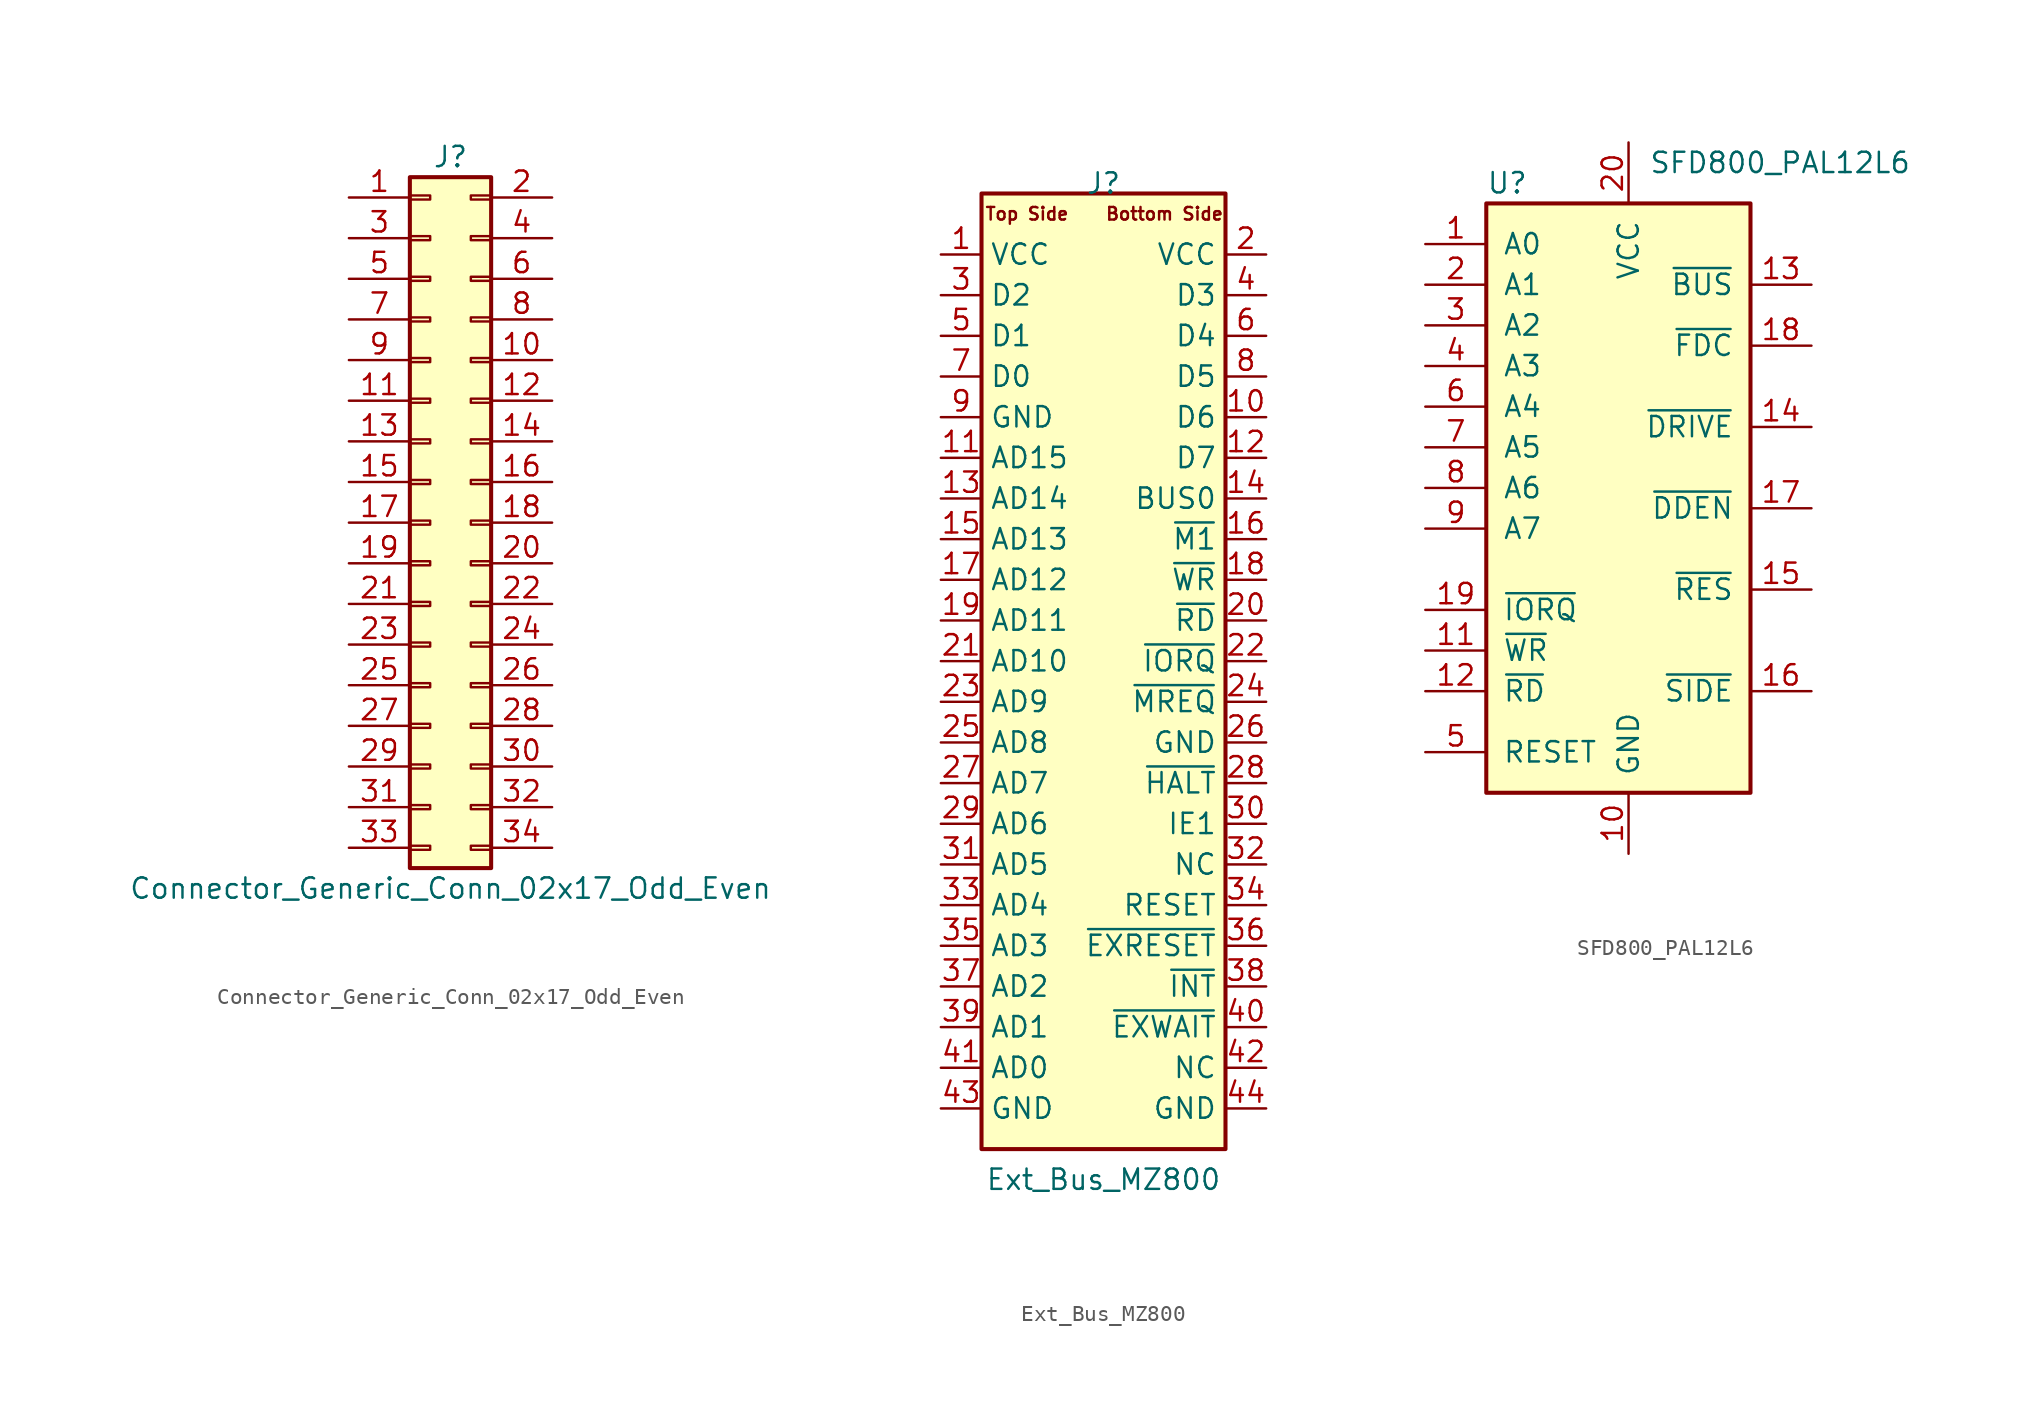
<source format=kicad_sym>
(kicad_symbol_lib
  (version 20211014)
  (generator kicad_symbol_editor)
  (symbol "Connector_Generic_Conn_02x17_Odd_Even"
    (pin_names
      (offset 1.016) hide)
    (property "Reference" "J"
      (at 1.27 22.86 0)
      (effects (font (size 1.27 1.27))))
    (property "Value" "Connector_Generic_Conn_02x17_Odd_Even"
      (at 1.27 -22.86 0)
      (effects (font (size 1.27 1.27))))
    (symbol "Connector_Generic_Conn_02x17_Odd_Even_1_1"
      (rectangle (start -1.27 -20.193) (end 0 -20.447) (stroke (width 0.152) (type default) (color 0 0 0 0)) (fill (type none)))
      (rectangle (start -1.27 -17.653) (end 0 -17.907) (stroke (width 0.152) (type default) (color 0 0 0 0)) (fill (type none)))
      (rectangle (start -1.27 -15.113) (end 0 -15.367) (stroke (width 0.152) (type default) (color 0 0 0 0)) (fill (type none)))
      (rectangle (start -1.27 -12.573) (end 0 -12.827) (stroke (width 0.152) (type default) (color 0 0 0 0)) (fill (type none)))
      (rectangle (start -1.27 -10.033) (end 0 -10.287) (stroke (width 0.152) (type default) (color 0 0 0 0)) (fill (type none)))
      (rectangle (start -1.27 -7.493) (end 0 -7.747) (stroke (width 0.152) (type default) (color 0 0 0 0)) (fill (type none)))
      (rectangle (start -1.27 -4.953) (end 0 -5.207) (stroke (width 0.152) (type default) (color 0 0 0 0)) (fill (type none)))
      (rectangle (start -1.27 -2.413) (end 0 -2.667) (stroke (width 0.152) (type default) (color 0 0 0 0)) (fill (type none)))
      (rectangle (start -1.27 0.127) (end 0 -0.127) (stroke (width 0.152) (type default) (color 0 0 0 0)) (fill (type none)))
      (rectangle (start -1.27 2.667) (end 0 2.413) (stroke (width 0.152) (type default) (color 0 0 0 0)) (fill (type none)))
      (rectangle (start -1.27 5.207) (end 0 4.953) (stroke (width 0.152) (type default) (color 0 0 0 0)) (fill (type none)))
      (rectangle (start -1.27 7.747) (end 0 7.493) (stroke (width 0.152) (type default) (color 0 0 0 0)) (fill (type none)))
      (rectangle (start -1.27 10.287) (end 0 10.033) (stroke (width 0.152) (type default) (color 0 0 0 0)) (fill (type none)))
      (rectangle (start -1.27 12.827) (end 0 12.573) (stroke (width 0.152) (type default) (color 0 0 0 0)) (fill (type none)))
      (rectangle (start -1.27 15.367) (end 0 15.113) (stroke (width 0.152) (type default) (color 0 0 0 0)) (fill (type none)))
      (rectangle (start -1.27 17.907) (end 0 17.653) (stroke (width 0.152) (type default) (color 0 0 0 0)) (fill (type none)))
      (rectangle (start -1.27 20.447) (end 0 20.193) (stroke (width 0.152) (type default) (color 0 0 0 0)) (fill (type none)))
      (rectangle (start -1.27 21.59) (end 3.81 -21.59) (stroke (width 0.254) (type default) (color 0 0 0 0)) (fill (type background)))
      (rectangle (start 3.81 -20.193) (end 2.54 -20.447) (stroke (width 0.152) (type default) (color 0 0 0 0)) (fill (type none)))
      (rectangle (start 3.81 -17.653) (end 2.54 -17.907) (stroke (width 0.152) (type default) (color 0 0 0 0)) (fill (type none)))
      (rectangle (start 3.81 -15.113) (end 2.54 -15.367) (stroke (width 0.152) (type default) (color 0 0 0 0)) (fill (type none)))
      (rectangle (start 3.81 -12.573) (end 2.54 -12.827) (stroke (width 0.152) (type default) (color 0 0 0 0)) (fill (type none)))
      (rectangle (start 3.81 -10.033) (end 2.54 -10.287) (stroke (width 0.152) (type default) (color 0 0 0 0)) (fill (type none)))
      (rectangle (start 3.81 -7.493) (end 2.54 -7.747) (stroke (width 0.152) (type default) (color 0 0 0 0)) (fill (type none)))
      (rectangle (start 3.81 -4.953) (end 2.54 -5.207) (stroke (width 0.152) (type default) (color 0 0 0 0)) (fill (type none)))
      (rectangle (start 3.81 -2.413) (end 2.54 -2.667) (stroke (width 0.152) (type default) (color 0 0 0 0)) (fill (type none)))
      (rectangle (start 3.81 0.127) (end 2.54 -0.127) (stroke (width 0.152) (type default) (color 0 0 0 0)) (fill (type none)))
      (rectangle (start 3.81 2.667) (end 2.54 2.413) (stroke (width 0.152) (type default) (color 0 0 0 0)) (fill (type none)))
      (rectangle (start 3.81 5.207) (end 2.54 4.953) (stroke (width 0.152) (type default) (color 0 0 0 0)) (fill (type none)))
      (rectangle (start 3.81 7.747) (end 2.54 7.493) (stroke (width 0.152) (type default) (color 0 0 0 0)) (fill (type none)))
      (rectangle (start 3.81 10.287) (end 2.54 10.033) (stroke (width 0.152) (type default) (color 0 0 0 0)) (fill (type none)))
      (rectangle (start 3.81 12.827) (end 2.54 12.573) (stroke (width 0.152) (type default) (color 0 0 0 0)) (fill (type none)))
      (rectangle (start 3.81 15.367) (end 2.54 15.113) (stroke (width 0.152) (type default) (color 0 0 0 0)) (fill (type none)))
      (rectangle (start 3.81 17.907) (end 2.54 17.653) (stroke (width 0.152) (type default) (color 0 0 0 0)) (fill (type none)))
      (rectangle (start 3.81 20.447) (end 2.54 20.193) (stroke (width 0.152) (type default) (color 0 0 0 0)) (fill (type none)))
      (pin passive line (at -5.08 20.32 0) (length 3.81) (name "Pin_1" (effects (font (size 1.27 1.27)))) (number "1" (effects (font (size 1.27 1.27)))))
      (pin passive line (at 7.62 10.16 180) (length 3.81) (name "Pin_10" (effects (font (size 1.27 1.27)))) (number "10" (effects (font (size 1.27 1.27)))))
      (pin passive line (at -5.08 7.62 0) (length 3.81) (name "Pin_11" (effects (font (size 1.27 1.27)))) (number "11" (effects (font (size 1.27 1.27)))))
      (pin passive line (at 7.62 7.62 180) (length 3.81) (name "Pin_12" (effects (font (size 1.27 1.27)))) (number "12" (effects (font (size 1.27 1.27)))))
      (pin passive line (at -5.08 5.08 0) (length 3.81) (name "Pin_13" (effects (font (size 1.27 1.27)))) (number "13" (effects (font (size 1.27 1.27)))))
      (pin passive line (at 7.62 5.08 180) (length 3.81) (name "Pin_14" (effects (font (size 1.27 1.27)))) (number "14" (effects (font (size 1.27 1.27)))))
      (pin passive line (at -5.08 2.54 0) (length 3.81) (name "Pin_15" (effects (font (size 1.27 1.27)))) (number "15" (effects (font (size 1.27 1.27)))))
      (pin passive line (at 7.62 2.54 180) (length 3.81) (name "Pin_16" (effects (font (size 1.27 1.27)))) (number "16" (effects (font (size 1.27 1.27)))))
      (pin passive line (at -5.08 0 0) (length 3.81) (name "Pin_17" (effects (font (size 1.27 1.27)))) (number "17" (effects (font (size 1.27 1.27)))))
      (pin passive line (at 7.62 0 180) (length 3.81) (name "Pin_18" (effects (font (size 1.27 1.27)))) (number "18" (effects (font (size 1.27 1.27)))))
      (pin passive line (at -5.08 -2.54 0) (length 3.81) (name "Pin_19" (effects (font (size 1.27 1.27)))) (number "19" (effects (font (size 1.27 1.27)))))
      (pin passive line (at 7.62 20.32 180) (length 3.81) (name "Pin_2" (effects (font (size 1.27 1.27)))) (number "2" (effects (font (size 1.27 1.27)))))
      (pin passive line (at 7.62 -2.54 180) (length 3.81) (name "Pin_20" (effects (font (size 1.27 1.27)))) (number "20" (effects (font (size 1.27 1.27)))))
      (pin passive line (at -5.08 -5.08 0) (length 3.81) (name "Pin_21" (effects (font (size 1.27 1.27)))) (number "21" (effects (font (size 1.27 1.27)))))
      (pin passive line (at 7.62 -5.08 180) (length 3.81) (name "Pin_22" (effects (font (size 1.27 1.27)))) (number "22" (effects (font (size 1.27 1.27)))))
      (pin passive line (at -5.08 -7.62 0) (length 3.81) (name "Pin_23" (effects (font (size 1.27 1.27)))) (number "23" (effects (font (size 1.27 1.27)))))
      (pin passive line (at 7.62 -7.62 180) (length 3.81) (name "Pin_24" (effects (font (size 1.27 1.27)))) (number "24" (effects (font (size 1.27 1.27)))))
      (pin passive line (at -5.08 -10.16 0) (length 3.81) (name "Pin_25" (effects (font (size 1.27 1.27)))) (number "25" (effects (font (size 1.27 1.27)))))
      (pin passive line (at 7.62 -10.16 180) (length 3.81) (name "Pin_26" (effects (font (size 1.27 1.27)))) (number "26" (effects (font (size 1.27 1.27)))))
      (pin passive line (at -5.08 -12.7 0) (length 3.81) (name "Pin_27" (effects (font (size 1.27 1.27)))) (number "27" (effects (font (size 1.27 1.27)))))
      (pin passive line (at 7.62 -12.7 180) (length 3.81) (name "Pin_28" (effects (font (size 1.27 1.27)))) (number "28" (effects (font (size 1.27 1.27)))))
      (pin passive line (at -5.08 -15.24 0) (length 3.81) (name "Pin_29" (effects (font (size 1.27 1.27)))) (number "29" (effects (font (size 1.27 1.27)))))
      (pin passive line (at -5.08 17.78 0) (length 3.81) (name "Pin_3" (effects (font (size 1.27 1.27)))) (number "3" (effects (font (size 1.27 1.27)))))
      (pin passive line (at 7.62 -15.24 180) (length 3.81) (name "Pin_30" (effects (font (size 1.27 1.27)))) (number "30" (effects (font (size 1.27 1.27)))))
      (pin passive line (at -5.08 -17.78 0) (length 3.81) (name "Pin_31" (effects (font (size 1.27 1.27)))) (number "31" (effects (font (size 1.27 1.27)))))
      (pin passive line (at 7.62 -17.78 180) (length 3.81) (name "Pin_32" (effects (font (size 1.27 1.27)))) (number "32" (effects (font (size 1.27 1.27)))))
      (pin passive line (at -5.08 -20.32 0) (length 3.81) (name "Pin_33" (effects (font (size 1.27 1.27)))) (number "33" (effects (font (size 1.27 1.27)))))
      (pin passive line (at 7.62 -20.32 180) (length 3.81) (name "Pin_34" (effects (font (size 1.27 1.27)))) (number "34" (effects (font (size 1.27 1.27)))))
      (pin passive line (at 7.62 17.78 180) (length 3.81) (name "Pin_4" (effects (font (size 1.27 1.27)))) (number "4" (effects (font (size 1.27 1.27)))))
      (pin passive line (at -5.08 15.24 0) (length 3.81) (name "Pin_5" (effects (font (size 1.27 1.27)))) (number "5" (effects (font (size 1.27 1.27)))))
      (pin passive line (at 7.62 15.24 180) (length 3.81) (name "Pin_6" (effects (font (size 1.27 1.27)))) (number "6" (effects (font (size 1.27 1.27)))))
      (pin passive line (at -5.08 12.7 0) (length 3.81) (name "Pin_7" (effects (font (size 1.27 1.27)))) (number "7" (effects (font (size 1.27 1.27)))))
      (pin passive line (at 7.62 12.7 180) (length 3.81) (name "Pin_8" (effects (font (size 1.27 1.27)))) (number "8" (effects (font (size 1.27 1.27)))))
      (pin passive line (at -5.08 10.16 0) (length 3.81) (name "Pin_9" (effects (font (size 1.27 1.27)))) (number "9" (effects (font (size 1.27 1.27)))))))
  (symbol "Ext_Bus_MZ800"
    (property "Reference" "J"
      (at 0 31.115 0)
      (effects (font (size 1.27 1.27))))
    (property "Value" "Ext_Bus_MZ800"
      (at 0 -31.115 0)
      (effects (font (size 1.27 1.27))))
    (symbol "Ext_Bus_MZ800_0_0"
      (text " Top Side" (at -5.08 29.21 0) (effects (font (size 0.787 0.787))))
      (text "Bottom Side" (at 3.81 29.21 0) (effects (font (size 0.787 0.787)))))
    (symbol "Ext_Bus_MZ800_0_1"
      (rectangle (start -7.62 -29.21) (end 7.62 30.48) (stroke (width 0.254) (type default) (color 0 0 0 0)) (fill (type background))))
    (symbol "Ext_Bus_MZ800_1_1"
      (pin power_out line (at -10.16 26.67 0) (length 2.54) (name "VCC" (effects (font (size 1.27 1.27)))) (number "1" (effects (font (size 1.27 1.27)))))
      (pin tri_state line (at 10.16 16.51 180) (length 2.54) (name "D6" (effects (font (size 1.27 1.27)))) (number "10" (effects (font (size 1.27 1.27)))))
      (pin output line (at -10.16 13.97 0) (length 2.54) (name "AD15" (effects (font (size 1.27 1.27)))) (number "11" (effects (font (size 1.27 1.27)))))
      (pin tri_state line (at 10.16 13.97 180) (length 2.54) (name "D7" (effects (font (size 1.27 1.27)))) (number "12" (effects (font (size 1.27 1.27)))))
      (pin output line (at -10.16 11.43 0) (length 2.54) (name "AD14" (effects (font (size 1.27 1.27)))) (number "13" (effects (font (size 1.27 1.27)))))
      (pin output line (at 10.16 11.43 180) (length 2.54) (name "BUS0" (effects (font (size 1.27 1.27)))) (number "14" (effects (font (size 1.27 1.27)))))
      (pin output line (at -10.16 8.89 0) (length 2.54) (name "AD13" (effects (font (size 1.27 1.27)))) (number "15" (effects (font (size 1.27 1.27)))))
      (pin output line (at 10.16 8.89 180) (length 2.54) (name "~{M1}" (effects (font (size 1.27 1.27)))) (number "16" (effects (font (size 1.27 1.27)))))
      (pin output line (at -10.16 6.35 0) (length 2.54) (name "AD12" (effects (font (size 1.27 1.27)))) (number "17" (effects (font (size 1.27 1.27)))))
      (pin output line (at 10.16 6.35 180) (length 2.54) (name "~{WR}" (effects (font (size 1.27 1.27)))) (number "18" (effects (font (size 1.27 1.27)))))
      (pin output line (at -10.16 3.81 0) (length 2.54) (name "AD11" (effects (font (size 1.27 1.27)))) (number "19" (effects (font (size 1.27 1.27)))))
      (pin power_in line (at 10.16 26.67 180) (length 2.54) (name "VCC" (effects (font (size 1.27 1.27)))) (number "2" (effects (font (size 1.27 1.27)))))
      (pin output line (at 10.16 3.81 180) (length 2.54) (name "~{RD}" (effects (font (size 1.27 1.27)))) (number "20" (effects (font (size 1.27 1.27)))))
      (pin output line (at -10.16 1.27 0) (length 2.54) (name "AD10" (effects (font (size 1.27 1.27)))) (number "21" (effects (font (size 1.27 1.27)))))
      (pin output line (at 10.16 1.27 180) (length 2.54) (name "~{IORQ}" (effects (font (size 1.27 1.27)))) (number "22" (effects (font (size 1.27 1.27)))))
      (pin output line (at -10.16 -1.27 0) (length 2.54) (name "AD9" (effects (font (size 1.27 1.27)))) (number "23" (effects (font (size 1.27 1.27)))))
      (pin output line (at 10.16 -1.27 180) (length 2.54) (name "~{MREQ}" (effects (font (size 1.27 1.27)))) (number "24" (effects (font (size 1.27 1.27)))))
      (pin output line (at -10.16 -3.81 0) (length 2.54) (name "AD8" (effects (font (size 1.27 1.27)))) (number "25" (effects (font (size 1.27 1.27)))))
      (pin power_out line (at 10.16 -3.81 180) (length 2.54) (name "GND" (effects (font (size 1.27 1.27)))) (number "26" (effects (font (size 1.27 1.27)))))
      (pin output line (at -10.16 -6.35 0) (length 2.54) (name "AD7" (effects (font (size 1.27 1.27)))) (number "27" (effects (font (size 1.27 1.27)))))
      (pin input line (at 10.16 -6.35 180) (length 2.54) (name "~{HALT}" (effects (font (size 1.27 1.27)))) (number "28" (effects (font (size 1.27 1.27)))))
      (pin output line (at -10.16 -8.89 0) (length 2.54) (name "AD6" (effects (font (size 1.27 1.27)))) (number "29" (effects (font (size 1.27 1.27)))))
      (pin tri_state line (at -10.16 24.13 0) (length 2.54) (name "D2" (effects (font (size 1.27 1.27)))) (number "3" (effects (font (size 1.27 1.27)))))
      (pin input line (at 10.16 -8.89 180) (length 2.54) (name "IE1" (effects (font (size 1.27 1.27)))) (number "30" (effects (font (size 1.27 1.27)))))
      (pin output line (at -10.16 -11.43 0) (length 2.54) (name "AD5" (effects (font (size 1.27 1.27)))) (number "31" (effects (font (size 1.27 1.27)))))
      (pin passive line (at 10.16 -11.43 180) (length 2.54) (name "NC" (effects (font (size 1.27 1.27)))) (number "32" (effects (font (size 1.27 1.27)))))
      (pin output line (at -10.16 -13.97 0) (length 2.54) (name "AD4" (effects (font (size 1.27 1.27)))) (number "33" (effects (font (size 1.27 1.27)))))
      (pin output line (at 10.16 -13.97 180) (length 2.54) (name "RESET" (effects (font (size 1.27 1.27)))) (number "34" (effects (font (size 1.27 1.27)))))
      (pin output line (at -10.16 -16.51 0) (length 2.54) (name "AD3" (effects (font (size 1.27 1.27)))) (number "35" (effects (font (size 1.27 1.27)))))
      (pin input line (at 10.16 -16.51 180) (length 2.54) (name "~{EXRESET}" (effects (font (size 1.27 1.27)))) (number "36" (effects (font (size 1.27 1.27)))))
      (pin output line (at -10.16 -19.05 0) (length 2.54) (name "AD2" (effects (font (size 1.27 1.27)))) (number "37" (effects (font (size 1.27 1.27)))))
      (pin input line (at 10.16 -19.05 180) (length 2.54) (name "~{INT}" (effects (font (size 1.27 1.27)))) (number "38" (effects (font (size 1.27 1.27)))))
      (pin output line (at -10.16 -21.59 0) (length 2.54) (name "AD1" (effects (font (size 1.27 1.27)))) (number "39" (effects (font (size 1.27 1.27)))))
      (pin tri_state line (at 10.16 24.13 180) (length 2.54) (name "D3" (effects (font (size 1.27 1.27)))) (number "4" (effects (font (size 1.27 1.27)))))
      (pin input line (at 10.16 -21.59 180) (length 2.54) (name "~{EXWAIT}" (effects (font (size 1.27 1.27)))) (number "40" (effects (font (size 1.27 1.27)))))
      (pin output line (at -10.16 -24.13 0) (length 2.54) (name "AD0" (effects (font (size 1.27 1.27)))) (number "41" (effects (font (size 1.27 1.27)))))
      (pin passive line (at 10.16 -24.13 180) (length 2.54) (name "NC" (effects (font (size 1.27 1.27)))) (number "42" (effects (font (size 1.27 1.27)))))
      (pin power_in line (at -10.16 -26.67 0) (length 2.54) (name "GND" (effects (font (size 1.27 1.27)))) (number "43" (effects (font (size 1.27 1.27)))))
      (pin power_in line (at 10.16 -26.67 180) (length 2.54) (name "GND" (effects (font (size 1.27 1.27)))) (number "44" (effects (font (size 1.27 1.27)))))
      (pin tri_state line (at -10.16 21.59 0) (length 2.54) (name "D1" (effects (font (size 1.27 1.27)))) (number "5" (effects (font (size 1.27 1.27)))))
      (pin tri_state line (at 10.16 21.59 180) (length 2.54) (name "D4" (effects (font (size 1.27 1.27)))) (number "6" (effects (font (size 1.27 1.27)))))
      (pin tri_state line (at -10.16 19.05 0) (length 2.54) (name "D0" (effects (font (size 1.27 1.27)))) (number "7" (effects (font (size 1.27 1.27)))))
      (pin tri_state line (at 10.16 19.05 180) (length 2.54) (name "D5" (effects (font (size 1.27 1.27)))) (number "8" (effects (font (size 1.27 1.27)))))
      (pin power_in line (at -10.16 16.51 0) (length 2.54) (name "GND" (effects (font (size 1.27 1.27)))) (number "9" (effects (font (size 1.27 1.27)))))))
  (symbol "SFD800_PAL12L6"
    (pin_names
      (offset 1.016))
    (property "Reference" "U"
      (at -8.89 16.51 0)
      (effects (font (size 1.27 1.27)) (justify left)))
    (property "Value" "SFD800_PAL12L6"
      (at 1.27 17.78 0)
      (effects (font (size 1.27 1.27)) (justify left)))
    (symbol "SFD800_PAL12L6_0_0"
      (pin power_in line (at 0 -25.4 90) (length 3.81) (name "GND" (effects (font (size 1.27 1.27)))) (number "10" (effects (font (size 1.27 1.27)))))
      (pin power_in line (at 0 19.05 270) (length 3.81) (name "VCC" (effects (font (size 1.27 1.27)))) (number "20" (effects (font (size 1.27 1.27))))))
    (symbol "SFD800_PAL12L6_0_1"
      (rectangle (start -8.89 15.24) (end 7.62 -21.59) (stroke (width 0.254) (type default) (color 0 0 0 0)) (fill (type background))))
    (symbol "SFD800_PAL12L6_1_1"
      (pin input line (at -12.7 12.7 0) (length 3.81) (name "A0" (effects (font (size 1.27 1.27)))) (number "1" (effects (font (size 1.27 1.27)))))
      (pin input line (at -12.7 -12.7 0) (length 3.81) (name "~{WR}" (effects (font (size 1.27 1.27)))) (number "11" (effects (font (size 1.27 1.27)))))
      (pin input line (at -12.7 -15.24 0) (length 3.81) (name "~{RD}" (effects (font (size 1.27 1.27)))) (number "12" (effects (font (size 1.27 1.27)))))
      (pin output line (at 11.43 10.16 180) (length 3.81) (name "~{BUS}" (effects (font (size 1.27 1.27)))) (number "13" (effects (font (size 1.27 1.27)))))
      (pin output line (at 11.43 1.27 180) (length 3.81) (name "~{DRIVE}" (effects (font (size 1.27 1.27)))) (number "14" (effects (font (size 1.27 1.27)))))
      (pin output line (at 11.43 -8.89 180) (length 3.81) (name "~{RES}" (effects (font (size 1.27 1.27)))) (number "15" (effects (font (size 1.27 1.27)))))
      (pin output line (at 11.43 -15.24 180) (length 3.81) (name "~{SIDE}" (effects (font (size 1.27 1.27)))) (number "16" (effects (font (size 1.27 1.27)))))
      (pin output line (at 11.43 -3.81 180) (length 3.81) (name "~{DDEN}" (effects (font (size 1.27 1.27)))) (number "17" (effects (font (size 1.27 1.27)))))
      (pin output line (at 11.43 6.35 180) (length 3.81) (name "~{FDC}" (effects (font (size 1.27 1.27)))) (number "18" (effects (font (size 1.27 1.27)))))
      (pin input line (at -12.7 -10.16 0) (length 3.81) (name "~{IORQ}" (effects (font (size 1.27 1.27)))) (number "19" (effects (font (size 1.27 1.27)))))
      (pin input line (at -12.7 10.16 0) (length 3.81) (name "A1" (effects (font (size 1.27 1.27)))) (number "2" (effects (font (size 1.27 1.27)))))
      (pin input line (at -12.7 7.62 0) (length 3.81) (name "A2" (effects (font (size 1.27 1.27)))) (number "3" (effects (font (size 1.27 1.27)))))
      (pin input line (at -12.7 5.08 0) (length 3.81) (name "A3" (effects (font (size 1.27 1.27)))) (number "4" (effects (font (size 1.27 1.27)))))
      (pin input line (at -12.7 -19.05 0) (length 3.81) (name "RESET" (effects (font (size 1.27 1.27)))) (number "5" (effects (font (size 1.27 1.27)))))
      (pin input line (at -12.7 2.54 0) (length 3.81) (name "A4" (effects (font (size 1.27 1.27)))) (number "6" (effects (font (size 1.27 1.27)))))
      (pin input line (at -12.7 0 0) (length 3.81) (name "A5" (effects (font (size 1.27 1.27)))) (number "7" (effects (font (size 1.27 1.27)))))
      (pin input line (at -12.7 -2.54 0) (length 3.81) (name "A6" (effects (font (size 1.27 1.27)))) (number "8" (effects (font (size 1.27 1.27)))))
      (pin input line (at -12.7 -5.08 0) (length 3.81) (name "A7" (effects (font (size 1.27 1.27)))) (number "9" (effects (font (size 1.27 1.27))))))))
</source>
